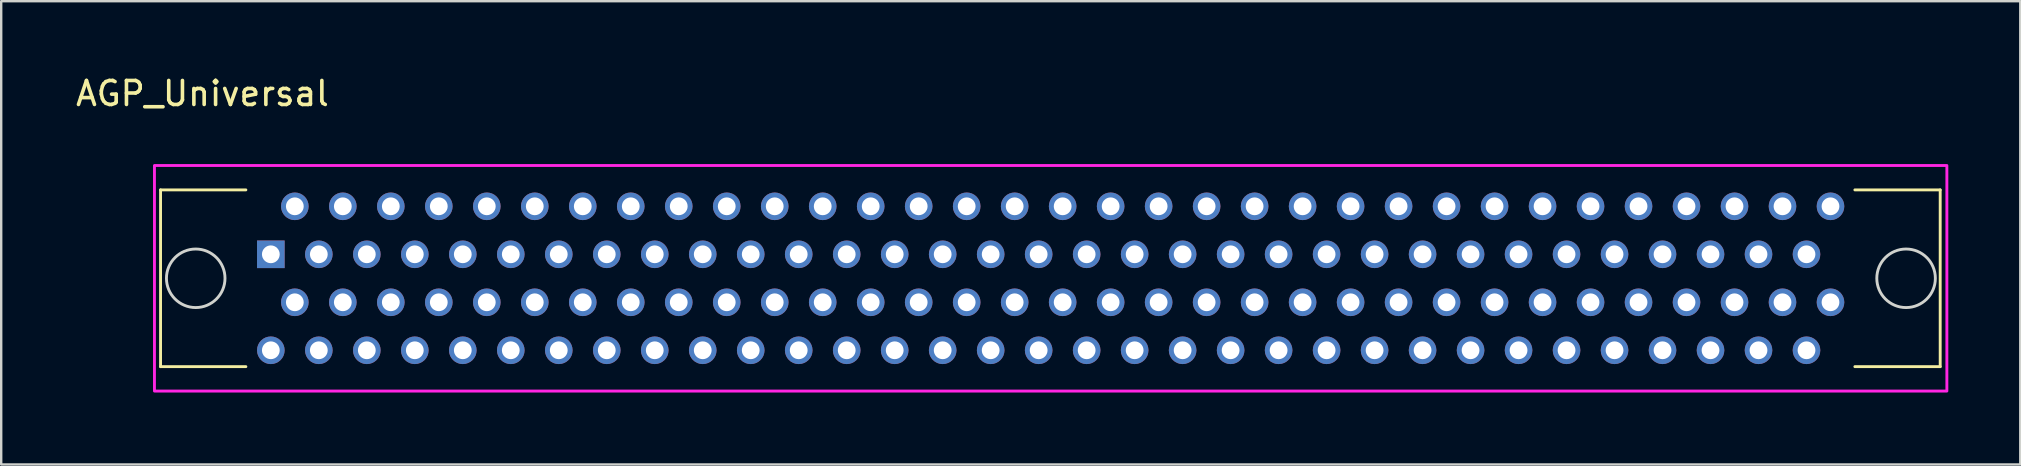
<source format=kicad_pcb>
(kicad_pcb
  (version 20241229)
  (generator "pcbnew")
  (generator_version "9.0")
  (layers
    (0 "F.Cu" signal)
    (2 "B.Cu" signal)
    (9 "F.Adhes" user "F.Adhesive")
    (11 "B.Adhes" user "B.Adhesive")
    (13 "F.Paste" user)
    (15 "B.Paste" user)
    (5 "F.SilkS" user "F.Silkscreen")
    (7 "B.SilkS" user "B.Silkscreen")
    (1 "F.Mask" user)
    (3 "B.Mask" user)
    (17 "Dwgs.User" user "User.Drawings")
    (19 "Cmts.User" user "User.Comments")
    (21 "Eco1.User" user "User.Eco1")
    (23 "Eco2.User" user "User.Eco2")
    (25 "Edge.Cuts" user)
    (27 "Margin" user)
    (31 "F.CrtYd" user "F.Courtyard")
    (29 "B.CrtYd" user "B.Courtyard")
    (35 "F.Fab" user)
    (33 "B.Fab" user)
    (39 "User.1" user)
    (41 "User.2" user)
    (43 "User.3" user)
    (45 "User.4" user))
  (footprint "AGP_Universal"
    (layer "F.Cu")
    (at 3.387 3.848)
    (property "Reference" "AGP_Universal" (at 2 -3 0) (unlocked yes) (layer "F.SilkS") (effects (font (size 1 1) (thickness 0.15))))
    (attr through_hole)
    (fp_line (start 0.254 1.016) (end 0.254 8.382) (stroke (width 0.12) (type solid)) (layer "F.SilkS"))
    (fp_line (start 0.254 1.016) (end 3.81 1.016) (stroke (width 0.12) (type solid)) (layer "F.SilkS"))
    (fp_line (start 0.254 8.382) (end 3.81 8.382) (stroke (width 0.12) (type solid)) (layer "F.SilkS"))
    (fp_line (start 74.422 1.016) (end 70.866 1.016) (stroke (width 0.12) (type solid)) (layer "F.SilkS"))
    (fp_line (start 74.422 1.016) (end 74.422 8.382) (stroke (width 0.12) (type solid)) (layer "F.SilkS"))
    (fp_line (start 74.422 8.382) (end 70.866 8.382) (stroke (width 0.12) (type solid)) (layer "F.SilkS"))
    (fp_circle (center 1.72 4.7) (end 2.94 4.7) (stroke (width 0.12) (type solid)) (fill no) (layer "Edge.Cuts"))
    (fp_circle (center 73 4.7) (end 74.22 4.7) (stroke (width 0.12) (type solid)) (fill no) (layer "Edge.Cuts"))
    (fp_rect (start 0 0) (end 74.7 9.4) (stroke (width 0.12) (type solid)) (fill no) (layer "F.CrtYd"))
    (pad "A1" thru_hole rect (at 4.85 3.7) (size 1.15 1.15) (drill 0.74) (layers "*.Cu" "*.Mask"))
    (pad "A2" thru_hole circle (at 5.85 1.7) (size 1.15 1.15) (drill 0.74) (layers "*.Cu" "*.Mask"))
    (pad "A3" thru_hole circle (at 6.85 3.7) (size 1.15 1.15) (drill 0.74) (layers "*.Cu" "*.Mask"))
    (pad "A4" thru_hole circle (at 7.85 1.7) (size 1.15 1.15) (drill 0.74) (layers "*.Cu" "*.Mask"))
    (pad "A5" thru_hole circle (at 8.85 3.7) (size 1.15 1.15) (drill 0.74) (layers "*.Cu" "*.Mask"))
    (pad "A6" thru_hole circle (at 9.85 1.7) (size 1.15 1.15) (drill 0.74) (layers "*.Cu" "*.Mask"))
    (pad "A7" thru_hole circle (at 10.85 3.7) (size 1.15 1.15) (drill 0.74) (layers "*.Cu" "*.Mask"))
    (pad "A8" thru_hole circle (at 11.85 1.7) (size 1.15 1.15) (drill 0.74) (layers "*.Cu" "*.Mask"))
    (pad "A9" thru_hole circle (at 12.85 3.7) (size 1.15 1.15) (drill 0.74) (layers "*.Cu" "*.Mask"))
    (pad "A10" thru_hole circle (at 13.85 1.7) (size 1.15 1.15) (drill 0.74) (layers "*.Cu" "*.Mask"))
    (pad "A11" thru_hole circle (at 14.85 3.7) (size 1.15 1.15) (drill 0.74) (layers "*.Cu" "*.Mask"))
    (pad "A12" thru_hole circle (at 15.85 1.7) (size 1.15 1.15) (drill 0.74) (layers "*.Cu" "*.Mask"))
    (pad "A13" thru_hole circle (at 16.85 3.7) (size 1.15 1.15) (drill 0.74) (layers "*.Cu" "*.Mask"))
    (pad "A14" thru_hole circle (at 17.85 1.7) (size 1.15 1.15) (drill 0.74) (layers "*.Cu" "*.Mask"))
    (pad "A15" thru_hole circle (at 18.85 3.7) (size 1.15 1.15) (drill 0.74) (layers "*.Cu" "*.Mask"))
    (pad "A16" thru_hole circle (at 19.85 1.7) (size 1.15 1.15) (drill 0.74) (layers "*.Cu" "*.Mask"))
    (pad "A17" thru_hole circle (at 20.85 3.7) (size 1.15 1.15) (drill 0.74) (layers "*.Cu" "*.Mask"))
    (pad "A18" thru_hole circle (at 21.85 1.7) (size 1.15 1.15) (drill 0.74) (layers "*.Cu" "*.Mask"))
    (pad "A19" thru_hole circle (at 22.85 3.7) (size 1.15 1.15) (drill 0.74) (layers "*.Cu" "*.Mask"))
    (pad "A20" thru_hole circle (at 23.85 1.7) (size 1.15 1.15) (drill 0.74) (layers "*.Cu" "*.Mask"))
    (pad "A21" thru_hole circle (at 24.85 3.7) (size 1.15 1.15) (drill 0.74) (layers "*.Cu" "*.Mask"))
    (pad "A22" thru_hole circle (at 25.85 1.7) (size 1.15 1.15) (drill 0.74) (layers "*.Cu" "*.Mask"))
    (pad "A23" thru_hole circle (at 26.85 3.7) (size 1.15 1.15) (drill 0.74) (layers "*.Cu" "*.Mask"))
    (pad "A24" thru_hole circle (at 27.85 1.7) (size 1.15 1.15) (drill 0.74) (layers "*.Cu" "*.Mask"))
    (pad "A25" thru_hole circle (at 28.85 3.7) (size 1.15 1.15) (drill 0.74) (layers "*.Cu" "*.Mask"))
    (pad "A26" thru_hole circle (at 29.85 1.7) (size 1.15 1.15) (drill 0.74) (layers "*.Cu" "*.Mask"))
    (pad "A27" thru_hole circle (at 30.85 3.7) (size 1.15 1.15) (drill 0.74) (layers "*.Cu" "*.Mask"))
    (pad "A28" thru_hole circle (at 31.85 1.7) (size 1.15 1.15) (drill 0.74) (layers "*.Cu" "*.Mask"))
    (pad "A29" thru_hole circle (at 32.85 3.7) (size 1.15 1.15) (drill 0.74) (layers "*.Cu" "*.Mask"))
    (pad "A30" thru_hole circle (at 33.85 1.7) (size 1.15 1.15) (drill 0.74) (layers "*.Cu" "*.Mask"))
    (pad "A31" thru_hole circle (at 34.85 3.7) (size 1.15 1.15) (drill 0.74) (layers "*.Cu" "*.Mask"))
    (pad "A32" thru_hole circle (at 35.85 1.7) (size 1.15 1.15) (drill 0.74) (layers "*.Cu" "*.Mask"))
    (pad "A33" thru_hole circle (at 36.85 3.7) (size 1.15 1.15) (drill 0.74) (layers "*.Cu" "*.Mask"))
    (pad "A34" thru_hole circle (at 37.85 1.7) (size 1.15 1.15) (drill 0.74) (layers "*.Cu" "*.Mask"))
    (pad "A35" thru_hole circle (at 38.85 3.7) (size 1.15 1.15) (drill 0.74) (layers "*.Cu" "*.Mask"))
    (pad "A36" thru_hole circle (at 39.85 1.7) (size 1.15 1.15) (drill 0.74) (layers "*.Cu" "*.Mask"))
    (pad "A37" thru_hole circle (at 40.85 3.7) (size 1.15 1.15) (drill 0.74) (layers "*.Cu" "*.Mask"))
    (pad "A38" thru_hole circle (at 41.85 1.7) (size 1.15 1.15) (drill 0.74) (layers "*.Cu" "*.Mask"))
    (pad "A39" thru_hole circle (at 42.85 3.7) (size 1.15 1.15) (drill 0.74) (layers "*.Cu" "*.Mask"))
    (pad "A40" thru_hole circle (at 43.85 1.7) (size 1.15 1.15) (drill 0.74) (layers "*.Cu" "*.Mask"))
    (pad "A41" thru_hole circle (at 44.85 3.7) (size 1.15 1.15) (drill 0.74) (layers "*.Cu" "*.Mask"))
    (pad "A42" thru_hole circle (at 45.85 1.7) (size 1.15 1.15) (drill 0.74) (layers "*.Cu" "*.Mask"))
    (pad "A43" thru_hole circle (at 46.85 3.7) (size 1.15 1.15) (drill 0.74) (layers "*.Cu" "*.Mask"))
    (pad "A44" thru_hole circle (at 47.85 1.7) (size 1.15 1.15) (drill 0.74) (layers "*.Cu" "*.Mask"))
    (pad "A45" thru_hole circle (at 48.85 3.7) (size 1.15 1.15) (drill 0.74) (layers "*.Cu" "*.Mask"))
    (pad "A46" thru_hole circle (at 49.85 1.7) (size 1.15 1.15) (drill 0.74) (layers "*.Cu" "*.Mask"))
    (pad "A47" thru_hole circle (at 50.85 3.7) (size 1.15 1.15) (drill 0.74) (layers "*.Cu" "*.Mask"))
    (pad "A48" thru_hole circle (at 51.85 1.7) (size 1.15 1.15) (drill 0.74) (layers "*.Cu" "*.Mask"))
    (pad "A49" thru_hole circle (at 52.85 3.7) (size 1.15 1.15) (drill 0.74) (layers "*.Cu" "*.Mask"))
    (pad "A50" thru_hole circle (at 53.85 1.7) (size 1.15 1.15) (drill 0.74) (layers "*.Cu" "*.Mask"))
    (pad "A51" thru_hole circle (at 54.85 3.7) (size 1.15 1.15) (drill 0.74) (layers "*.Cu" "*.Mask"))
    (pad "A52" thru_hole circle (at 55.85 1.7) (size 1.15 1.15) (drill 0.74) (layers "*.Cu" "*.Mask"))
    (pad "A53" thru_hole circle (at 56.85 3.7) (size 1.15 1.15) (drill 0.74) (layers "*.Cu" "*.Mask"))
    (pad "A54" thru_hole circle (at 57.85 1.7) (size 1.15 1.15) (drill 0.74) (layers "*.Cu" "*.Mask"))
    (pad "A55" thru_hole circle (at 58.85 3.7) (size 1.15 1.15) (drill 0.74) (layers "*.Cu" "*.Mask"))
    (pad "A56" thru_hole circle (at 59.85 1.7) (size 1.15 1.15) (drill 0.74) (layers "*.Cu" "*.Mask"))
    (pad "A57" thru_hole circle (at 60.85 3.7) (size 1.15 1.15) (drill 0.74) (layers "*.Cu" "*.Mask"))
    (pad "A58" thru_hole circle (at 61.85 1.7) (size 1.15 1.15) (drill 0.74) (layers "*.Cu" "*.Mask"))
    (pad "A59" thru_hole circle (at 62.85 3.7) (size 1.15 1.15) (drill 0.74) (layers "*.Cu" "*.Mask"))
    (pad "A60" thru_hole circle (at 63.85 1.7) (size 1.15 1.15) (drill 0.74) (layers "*.Cu" "*.Mask"))
    (pad "A61" thru_hole circle (at 64.85 3.7) (size 1.15 1.15) (drill 0.74) (layers "*.Cu" "*.Mask"))
    (pad "A62" thru_hole circle (at 65.85 1.7) (size 1.15 1.15) (drill 0.74) (layers "*.Cu" "*.Mask"))
    (pad "A63" thru_hole circle (at 66.85 3.7) (size 1.15 1.15) (drill 0.74) (layers "*.Cu" "*.Mask"))
    (pad "A64" thru_hole circle (at 67.85 1.7) (size 1.15 1.15) (drill 0.74) (layers "*.Cu" "*.Mask"))
    (pad "A65" thru_hole circle (at 68.85 3.7) (size 1.15 1.15) (drill 0.74) (layers "*.Cu" "*.Mask"))
    (pad "A66" thru_hole circle (at 69.85 1.7) (size 1.15 1.15) (drill 0.74) (layers "*.Cu" "*.Mask"))
    (pad "B1" thru_hole circle (at 4.85 7.7) (size 1.15 1.15) (drill 0.74) (layers "*.Cu" "*.Mask"))
    (pad "B2" thru_hole circle (at 5.85 5.7) (size 1.15 1.15) (drill 0.74) (layers "*.Cu" "*.Mask"))
    (pad "B3" thru_hole circle (at 6.85 7.7) (size 1.15 1.15) (drill 0.74) (layers "*.Cu" "*.Mask"))
    (pad "B4" thru_hole circle (at 7.85 5.7) (size 1.15 1.15) (drill 0.74) (layers "*.Cu" "*.Mask"))
    (pad "B5" thru_hole circle (at 8.85 7.7) (size 1.15 1.15) (drill 0.74) (layers "*.Cu" "*.Mask"))
    (pad "B6" thru_hole circle (at 9.85 5.7) (size 1.15 1.15) (drill 0.74) (layers "*.Cu" "*.Mask"))
    (pad "B7" thru_hole circle (at 10.85 7.7) (size 1.15 1.15) (drill 0.74) (layers "*.Cu" "*.Mask"))
    (pad "B8" thru_hole circle (at 11.85 5.7) (size 1.15 1.15) (drill 0.74) (layers "*.Cu" "*.Mask"))
    (pad "B9" thru_hole circle (at 12.85 7.7) (size 1.15 1.15) (drill 0.74) (layers "*.Cu" "*.Mask"))
    (pad "B10" thru_hole circle (at 13.85 5.7) (size 1.15 1.15) (drill 0.74) (layers "*.Cu" "*.Mask"))
    (pad "B11" thru_hole circle (at 14.85 7.7) (size 1.15 1.15) (drill 0.74) (layers "*.Cu" "*.Mask"))
    (pad "B12" thru_hole circle (at 15.85 5.7) (size 1.15 1.15) (drill 0.74) (layers "*.Cu" "*.Mask"))
    (pad "B13" thru_hole circle (at 16.85 7.7) (size 1.15 1.15) (drill 0.74) (layers "*.Cu" "*.Mask"))
    (pad "B14" thru_hole circle (at 17.85 5.7) (size 1.15 1.15) (drill 0.74) (layers "*.Cu" "*.Mask"))
    (pad "B15" thru_hole circle (at 18.85 7.7) (size 1.15 1.15) (drill 0.74) (layers "*.Cu" "*.Mask"))
    (pad "B16" thru_hole circle (at 19.85 5.7) (size 1.15 1.15) (drill 0.74) (layers "*.Cu" "*.Mask"))
    (pad "B17" thru_hole circle (at 20.85 7.7) (size 1.15 1.15) (drill 0.74) (layers "*.Cu" "*.Mask"))
    (pad "B18" thru_hole circle (at 21.85 5.7) (size 1.15 1.15) (drill 0.74) (layers "*.Cu" "*.Mask"))
    (pad "B19" thru_hole circle (at 22.85 7.7) (size 1.15 1.15) (drill 0.74) (layers "*.Cu" "*.Mask"))
    (pad "B20" thru_hole circle (at 23.85 5.7) (size 1.15 1.15) (drill 0.74) (layers "*.Cu" "*.Mask"))
    (pad "B21" thru_hole circle (at 24.85 7.7) (size 1.15 1.15) (drill 0.74) (layers "*.Cu" "*.Mask"))
    (pad "B22" thru_hole circle (at 25.85 5.7) (size 1.15 1.15) (drill 0.74) (layers "*.Cu" "*.Mask"))
    (pad "B23" thru_hole circle (at 26.85 7.7) (size 1.15 1.15) (drill 0.74) (layers "*.Cu" "*.Mask"))
    (pad "B24" thru_hole circle (at 27.85 5.7) (size 1.15 1.15) (drill 0.74) (layers "*.Cu" "*.Mask"))
    (pad "B25" thru_hole circle (at 28.85 7.7) (size 1.15 1.15) (drill 0.74) (layers "*.Cu" "*.Mask"))
    (pad "B26" thru_hole circle (at 29.85 5.7) (size 1.15 1.15) (drill 0.74) (layers "*.Cu" "*.Mask"))
    (pad "B27" thru_hole circle (at 30.85 7.7) (size 1.15 1.15) (drill 0.74) (layers "*.Cu" "*.Mask"))
    (pad "B28" thru_hole circle (at 31.85 5.7) (size 1.15 1.15) (drill 0.74) (layers "*.Cu" "*.Mask"))
    (pad "B29" thru_hole circle (at 32.85 7.7) (size 1.15 1.15) (drill 0.74) (layers "*.Cu" "*.Mask"))
    (pad "B30" thru_hole circle (at 33.85 5.7) (size 1.15 1.15) (drill 0.74) (layers "*.Cu" "*.Mask"))
    (pad "B31" thru_hole circle (at 34.85 7.7) (size 1.15 1.15) (drill 0.74) (layers "*.Cu" "*.Mask"))
    (pad "B32" thru_hole circle (at 35.85 5.7) (size 1.15 1.15) (drill 0.74) (layers "*.Cu" "*.Mask"))
    (pad "B33" thru_hole circle (at 36.85 7.7) (size 1.15 1.15) (drill 0.74) (layers "*.Cu" "*.Mask"))
    (pad "B34" thru_hole circle (at 37.85 5.7) (size 1.15 1.15) (drill 0.74) (layers "*.Cu" "*.Mask"))
    (pad "B35" thru_hole circle (at 38.85 7.7) (size 1.15 1.15) (drill 0.74) (layers "*.Cu" "*.Mask"))
    (pad "B36" thru_hole circle (at 39.85 5.7) (size 1.15 1.15) (drill 0.74) (layers "*.Cu" "*.Mask"))
    (pad "B37" thru_hole circle (at 40.85 7.7) (size 1.15 1.15) (drill 0.74) (layers "*.Cu" "*.Mask"))
    (pad "B38" thru_hole circle (at 41.85 5.7) (size 1.15 1.15) (drill 0.74) (layers "*.Cu" "*.Mask"))
    (pad "B39" thru_hole circle (at 42.85 7.7) (size 1.15 1.15) (drill 0.74) (layers "*.Cu" "*.Mask"))
    (pad "B40" thru_hole circle (at 43.85 5.7) (size 1.15 1.15) (drill 0.74) (layers "*.Cu" "*.Mask"))
    (pad "B41" thru_hole circle (at 44.85 7.7) (size 1.15 1.15) (drill 0.74) (layers "*.Cu" "*.Mask"))
    (pad "B42" thru_hole circle (at 45.85 5.7) (size 1.15 1.15) (drill 0.74) (layers "*.Cu" "*.Mask"))
    (pad "B43" thru_hole circle (at 46.85 7.7) (size 1.15 1.15) (drill 0.74) (layers "*.Cu" "*.Mask"))
    (pad "B44" thru_hole circle (at 47.85 5.7) (size 1.15 1.15) (drill 0.74) (layers "*.Cu" "*.Mask"))
    (pad "B45" thru_hole circle (at 48.85 7.7) (size 1.15 1.15) (drill 0.74) (layers "*.Cu" "*.Mask"))
    (pad "B46" thru_hole circle (at 49.85 5.7) (size 1.15 1.15) (drill 0.74) (layers "*.Cu" "*.Mask"))
    (pad "B47" thru_hole circle (at 50.85 7.7) (size 1.15 1.15) (drill 0.74) (layers "*.Cu" "*.Mask"))
    (pad "B48" thru_hole circle (at 51.85 5.7) (size 1.15 1.15) (drill 0.74) (layers "*.Cu" "*.Mask"))
    (pad "B49" thru_hole circle (at 52.85 7.7) (size 1.15 1.15) (drill 0.74) (layers "*.Cu" "*.Mask"))
    (pad "B50" thru_hole circle (at 53.85 5.7) (size 1.15 1.15) (drill 0.74) (layers "*.Cu" "*.Mask"))
    (pad "B51" thru_hole circle (at 54.85 7.7) (size 1.15 1.15) (drill 0.74) (layers "*.Cu" "*.Mask"))
    (pad "B52" thru_hole circle (at 55.85 5.7) (size 1.15 1.15) (drill 0.74) (layers "*.Cu" "*.Mask"))
    (pad "B53" thru_hole circle (at 56.85 7.7) (size 1.15 1.15) (drill 0.74) (layers "*.Cu" "*.Mask"))
    (pad "B54" thru_hole circle (at 57.85 5.7) (size 1.15 1.15) (drill 0.74) (layers "*.Cu" "*.Mask"))
    (pad "B55" thru_hole circle (at 58.85 7.7) (size 1.15 1.15) (drill 0.74) (layers "*.Cu" "*.Mask"))
    (pad "B56" thru_hole circle (at 59.85 5.7) (size 1.15 1.15) (drill 0.74) (layers "*.Cu" "*.Mask"))
    (pad "B57" thru_hole circle (at 60.85 7.7) (size 1.15 1.15) (drill 0.74) (layers "*.Cu" "*.Mask"))
    (pad "B58" thru_hole circle (at 61.85 5.7) (size 1.15 1.15) (drill 0.74) (layers "*.Cu" "*.Mask"))
    (pad "B59" thru_hole circle (at 62.85 7.7) (size 1.15 1.15) (drill 0.74) (layers "*.Cu" "*.Mask"))
    (pad "B60" thru_hole circle (at 63.85 5.7) (size 1.15 1.15) (drill 0.74) (layers "*.Cu" "*.Mask"))
    (pad "B61" thru_hole circle (at 64.85 7.7) (size 1.15 1.15) (drill 0.74) (layers "*.Cu" "*.Mask"))
    (pad "B62" thru_hole circle (at 65.85 5.7) (size 1.15 1.15) (drill 0.74) (layers "*.Cu" "*.Mask"))
    (pad "B63" thru_hole circle (at 66.85 7.7) (size 1.15 1.15) (drill 0.74) (layers "*.Cu" "*.Mask"))
    (pad "B64" thru_hole circle (at 67.85 5.7) (size 1.15 1.15) (drill 0.74) (layers "*.Cu" "*.Mask"))
    (pad "B65" thru_hole circle (at 68.85 7.7) (size 1.15 1.15) (drill 0.74) (layers "*.Cu" "*.Mask"))
    (pad "B66" thru_hole circle (at 69.85 5.7) (size 1.15 1.15) (drill 0.74) (layers "*.Cu" "*.Mask")))
  (gr_rect
    (start -3 -3)
    (end 81.147 16.308)
    (stroke (width 0.1) (type default))
    (fill no)
    (layer "Edge.Cuts")))
</source>
